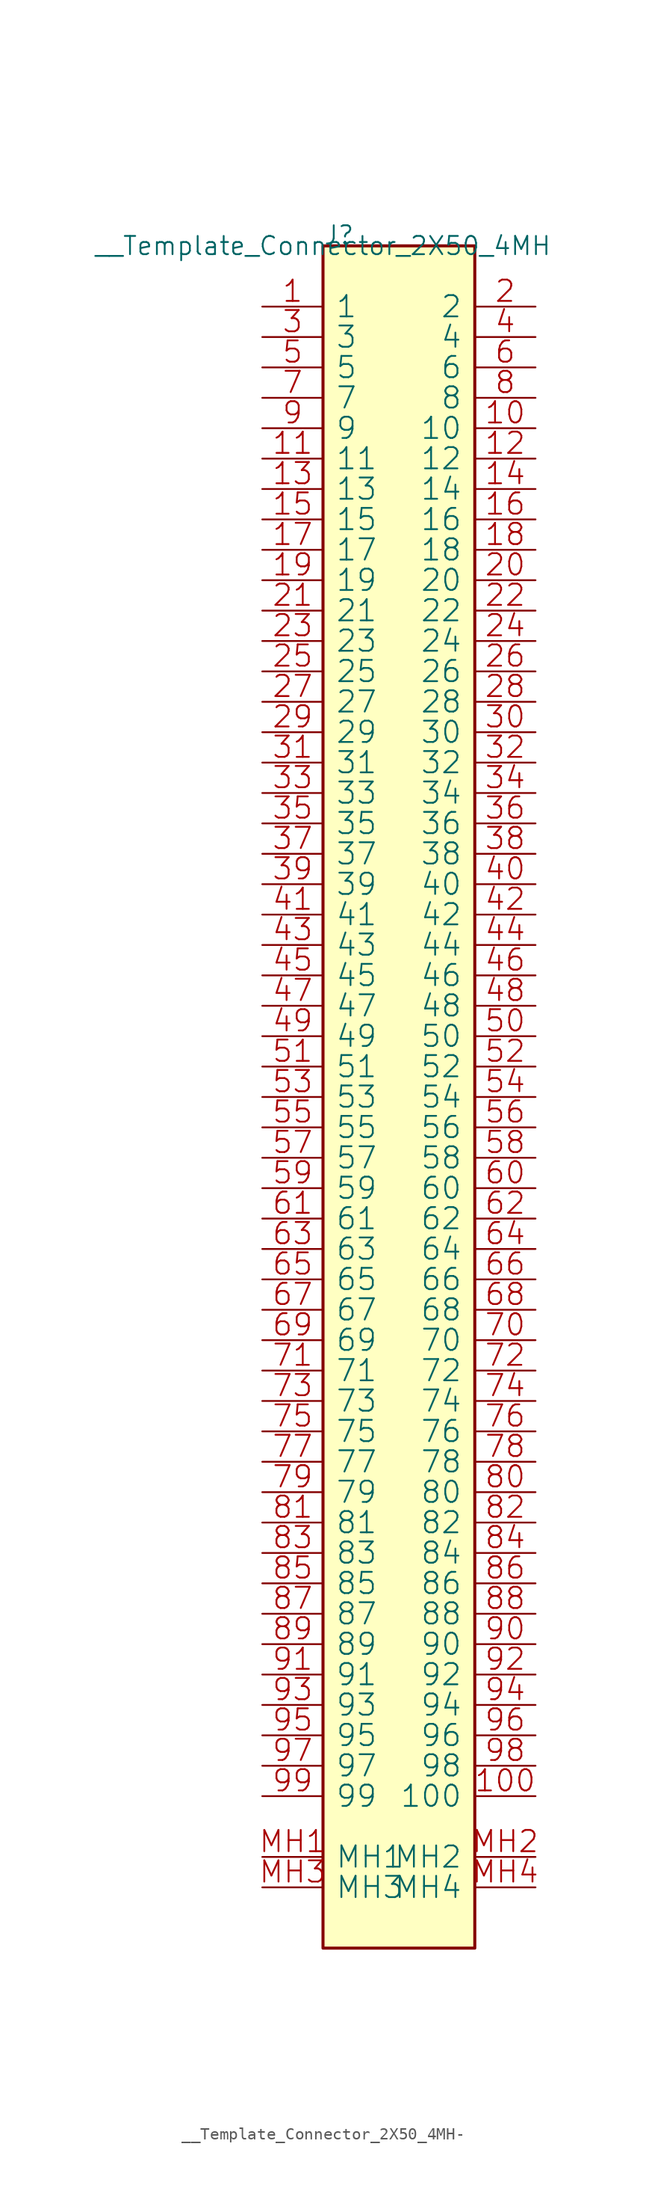
<source format=kicad_sym>
(kicad_symbol_lib
  (version 20220914)
  (generator kicad_symbol_editor)
  (symbol "__Template_Connector_2X50_4MH-"
    (pin_names
      (offset 1.016))
    (property "Reference" "J"
      (at 0 0 0)
      (effects (font (size 1.524 1.524)) (justify left bottom)))
    (property "Value" "__Template_Connector_2X50_4MH"
      (at 0 0 0)
      (effects (font (size 1.524 1.524))))
    (property "Footprint" ""
      (at 0 0 0)
      (effects (font (size 1.524 1.524))))
    (property "Datasheet" ""
      (at 0 0 0)
      (effects (font (size 1.524 1.524))))
    (symbol "__Template_Connector_2X50_4MH-_0_1"
      (rectangle (start 0 -142.24) (end 12.7 0) (stroke (width 0.254) (type solid)) (fill (type background)))
      (pin passive line (at -5.08 -5.08 0) (length 5.08) (name "1" (effects (font (size 1.778 1.778)))) (number "1" (effects (font (size 1.778 1.778)))))
      (pin passive line (at 17.78 -15.24 180) (length 5.08) (name "10" (effects (font (size 1.778 1.778)))) (number "10" (effects (font (size 1.778 1.778)))))
      (pin passive line (at 17.78 -129.54 180) (length 5.08) (name "100" (effects (font (size 1.778 1.778)))) (number "100" (effects (font (size 1.778 1.778)))))
      (pin passive line (at -5.08 -17.78 0) (length 5.08) (name "11" (effects (font (size 1.778 1.778)))) (number "11" (effects (font (size 1.778 1.778)))))
      (pin passive line (at 17.78 -17.78 180) (length 5.08) (name "12" (effects (font (size 1.778 1.778)))) (number "12" (effects (font (size 1.778 1.778)))))
      (pin passive line (at -5.08 -20.32 0) (length 5.08) (name "13" (effects (font (size 1.778 1.778)))) (number "13" (effects (font (size 1.778 1.778)))))
      (pin passive line (at 17.78 -20.32 180) (length 5.08) (name "14" (effects (font (size 1.778 1.778)))) (number "14" (effects (font (size 1.778 1.778)))))
      (pin passive line (at -5.08 -22.86 0) (length 5.08) (name "15" (effects (font (size 1.778 1.778)))) (number "15" (effects (font (size 1.778 1.778)))))
      (pin passive line (at 17.78 -22.86 180) (length 5.08) (name "16" (effects (font (size 1.778 1.778)))) (number "16" (effects (font (size 1.778 1.778)))))
      (pin passive line (at -5.08 -25.4 0) (length 5.08) (name "17" (effects (font (size 1.778 1.778)))) (number "17" (effects (font (size 1.778 1.778)))))
      (pin passive line (at 17.78 -25.4 180) (length 5.08) (name "18" (effects (font (size 1.778 1.778)))) (number "18" (effects (font (size 1.778 1.778)))))
      (pin passive line (at -5.08 -27.94 0) (length 5.08) (name "19" (effects (font (size 1.778 1.778)))) (number "19" (effects (font (size 1.778 1.778)))))
      (pin passive line (at 17.78 -5.08 180) (length 5.08) (name "2" (effects (font (size 1.778 1.778)))) (number "2" (effects (font (size 1.778 1.778)))))
      (pin passive line (at 17.78 -27.94 180) (length 5.08) (name "20" (effects (font (size 1.778 1.778)))) (number "20" (effects (font (size 1.778 1.778)))))
      (pin passive line (at -5.08 -30.48 0) (length 5.08) (name "21" (effects (font (size 1.778 1.778)))) (number "21" (effects (font (size 1.778 1.778)))))
      (pin passive line (at 17.78 -30.48 180) (length 5.08) (name "22" (effects (font (size 1.778 1.778)))) (number "22" (effects (font (size 1.778 1.778)))))
      (pin passive line (at -5.08 -33.02 0) (length 5.08) (name "23" (effects (font (size 1.778 1.778)))) (number "23" (effects (font (size 1.778 1.778)))))
      (pin passive line (at 17.78 -33.02 180) (length 5.08) (name "24" (effects (font (size 1.778 1.778)))) (number "24" (effects (font (size 1.778 1.778)))))
      (pin passive line (at -5.08 -35.56 0) (length 5.08) (name "25" (effects (font (size 1.778 1.778)))) (number "25" (effects (font (size 1.778 1.778)))))
      (pin passive line (at 17.78 -35.56 180) (length 5.08) (name "26" (effects (font (size 1.778 1.778)))) (number "26" (effects (font (size 1.778 1.778)))))
      (pin passive line (at -5.08 -38.1 0) (length 5.08) (name "27" (effects (font (size 1.778 1.778)))) (number "27" (effects (font (size 1.778 1.778)))))
      (pin passive line (at 17.78 -38.1 180) (length 5.08) (name "28" (effects (font (size 1.778 1.778)))) (number "28" (effects (font (size 1.778 1.778)))))
      (pin passive line (at -5.08 -40.64 0) (length 5.08) (name "29" (effects (font (size 1.778 1.778)))) (number "29" (effects (font (size 1.778 1.778)))))
      (pin passive line (at -5.08 -7.62 0) (length 5.08) (name "3" (effects (font (size 1.778 1.778)))) (number "3" (effects (font (size 1.778 1.778)))))
      (pin passive line (at 17.78 -40.64 180) (length 5.08) (name "30" (effects (font (size 1.778 1.778)))) (number "30" (effects (font (size 1.778 1.778)))))
      (pin passive line (at -5.08 -43.18 0) (length 5.08) (name "31" (effects (font (size 1.778 1.778)))) (number "31" (effects (font (size 1.778 1.778)))))
      (pin passive line (at 17.78 -43.18 180) (length 5.08) (name "32" (effects (font (size 1.778 1.778)))) (number "32" (effects (font (size 1.778 1.778)))))
      (pin passive line (at -5.08 -45.72 0) (length 5.08) (name "33" (effects (font (size 1.778 1.778)))) (number "33" (effects (font (size 1.778 1.778)))))
      (pin passive line (at 17.78 -45.72 180) (length 5.08) (name "34" (effects (font (size 1.778 1.778)))) (number "34" (effects (font (size 1.778 1.778)))))
      (pin passive line (at -5.08 -48.26 0) (length 5.08) (name "35" (effects (font (size 1.778 1.778)))) (number "35" (effects (font (size 1.778 1.778)))))
      (pin passive line (at 17.78 -48.26 180) (length 5.08) (name "36" (effects (font (size 1.778 1.778)))) (number "36" (effects (font (size 1.778 1.778)))))
      (pin passive line (at -5.08 -50.8 0) (length 5.08) (name "37" (effects (font (size 1.778 1.778)))) (number "37" (effects (font (size 1.778 1.778)))))
      (pin passive line (at 17.78 -50.8 180) (length 5.08) (name "38" (effects (font (size 1.778 1.778)))) (number "38" (effects (font (size 1.778 1.778)))))
      (pin passive line (at -5.08 -53.34 0) (length 5.08) (name "39" (effects (font (size 1.778 1.778)))) (number "39" (effects (font (size 1.778 1.778)))))
      (pin passive line (at 17.78 -7.62 180) (length 5.08) (name "4" (effects (font (size 1.778 1.778)))) (number "4" (effects (font (size 1.778 1.778)))))
      (pin passive line (at 17.78 -53.34 180) (length 5.08) (name "40" (effects (font (size 1.778 1.778)))) (number "40" (effects (font (size 1.778 1.778)))))
      (pin passive line (at -5.08 -55.88 0) (length 5.08) (name "41" (effects (font (size 1.778 1.778)))) (number "41" (effects (font (size 1.778 1.778)))))
      (pin passive line (at 17.78 -55.88 180) (length 5.08) (name "42" (effects (font (size 1.778 1.778)))) (number "42" (effects (font (size 1.778 1.778)))))
      (pin passive line (at -5.08 -58.42 0) (length 5.08) (name "43" (effects (font (size 1.778 1.778)))) (number "43" (effects (font (size 1.778 1.778)))))
      (pin passive line (at 17.78 -58.42 180) (length 5.08) (name "44" (effects (font (size 1.778 1.778)))) (number "44" (effects (font (size 1.778 1.778)))))
      (pin passive line (at -5.08 -60.96 0) (length 5.08) (name "45" (effects (font (size 1.778 1.778)))) (number "45" (effects (font (size 1.778 1.778)))))
      (pin passive line (at 17.78 -60.96 180) (length 5.08) (name "46" (effects (font (size 1.778 1.778)))) (number "46" (effects (font (size 1.778 1.778)))))
      (pin passive line (at -5.08 -63.5 0) (length 5.08) (name "47" (effects (font (size 1.778 1.778)))) (number "47" (effects (font (size 1.778 1.778)))))
      (pin passive line (at 17.78 -63.5 180) (length 5.08) (name "48" (effects (font (size 1.778 1.778)))) (number "48" (effects (font (size 1.778 1.778)))))
      (pin passive line (at -5.08 -66.04 0) (length 5.08) (name "49" (effects (font (size 1.778 1.778)))) (number "49" (effects (font (size 1.778 1.778)))))
      (pin passive line (at -5.08 -10.16 0) (length 5.08) (name "5" (effects (font (size 1.778 1.778)))) (number "5" (effects (font (size 1.778 1.778)))))
      (pin passive line (at 17.78 -66.04 180) (length 5.08) (name "50" (effects (font (size 1.778 1.778)))) (number "50" (effects (font (size 1.778 1.778)))))
      (pin passive line (at -5.08 -68.58 0) (length 5.08) (name "51" (effects (font (size 1.778 1.778)))) (number "51" (effects (font (size 1.778 1.778)))))
      (pin passive line (at 17.78 -68.58 180) (length 5.08) (name "52" (effects (font (size 1.778 1.778)))) (number "52" (effects (font (size 1.778 1.778)))))
      (pin passive line (at -5.08 -71.12 0) (length 5.08) (name "53" (effects (font (size 1.778 1.778)))) (number "53" (effects (font (size 1.778 1.778)))))
      (pin passive line (at 17.78 -71.12 180) (length 5.08) (name "54" (effects (font (size 1.778 1.778)))) (number "54" (effects (font (size 1.778 1.778)))))
      (pin passive line (at -5.08 -73.66 0) (length 5.08) (name "55" (effects (font (size 1.778 1.778)))) (number "55" (effects (font (size 1.778 1.778)))))
      (pin passive line (at 17.78 -73.66 180) (length 5.08) (name "56" (effects (font (size 1.778 1.778)))) (number "56" (effects (font (size 1.778 1.778)))))
      (pin passive line (at -5.08 -76.2 0) (length 5.08) (name "57" (effects (font (size 1.778 1.778)))) (number "57" (effects (font (size 1.778 1.778)))))
      (pin passive line (at 17.78 -76.2 180) (length 5.08) (name "58" (effects (font (size 1.778 1.778)))) (number "58" (effects (font (size 1.778 1.778)))))
      (pin passive line (at -5.08 -78.74 0) (length 5.08) (name "59" (effects (font (size 1.778 1.778)))) (number "59" (effects (font (size 1.778 1.778)))))
      (pin passive line (at 17.78 -10.16 180) (length 5.08) (name "6" (effects (font (size 1.778 1.778)))) (number "6" (effects (font (size 1.778 1.778)))))
      (pin passive line (at 17.78 -78.74 180) (length 5.08) (name "60" (effects (font (size 1.778 1.778)))) (number "60" (effects (font (size 1.778 1.778)))))
      (pin passive line (at -5.08 -81.28 0) (length 5.08) (name "61" (effects (font (size 1.778 1.778)))) (number "61" (effects (font (size 1.778 1.778)))))
      (pin passive line (at 17.78 -81.28 180) (length 5.08) (name "62" (effects (font (size 1.778 1.778)))) (number "62" (effects (font (size 1.778 1.778)))))
      (pin passive line (at -5.08 -83.82 0) (length 5.08) (name "63" (effects (font (size 1.778 1.778)))) (number "63" (effects (font (size 1.778 1.778)))))
      (pin passive line (at 17.78 -83.82 180) (length 5.08) (name "64" (effects (font (size 1.778 1.778)))) (number "64" (effects (font (size 1.778 1.778)))))
      (pin passive line (at -5.08 -86.36 0) (length 5.08) (name "65" (effects (font (size 1.778 1.778)))) (number "65" (effects (font (size 1.778 1.778)))))
      (pin passive line (at 17.78 -86.36 180) (length 5.08) (name "66" (effects (font (size 1.778 1.778)))) (number "66" (effects (font (size 1.778 1.778)))))
      (pin passive line (at -5.08 -88.9 0) (length 5.08) (name "67" (effects (font (size 1.778 1.778)))) (number "67" (effects (font (size 1.778 1.778)))))
      (pin passive line (at 17.78 -88.9 180) (length 5.08) (name "68" (effects (font (size 1.778 1.778)))) (number "68" (effects (font (size 1.778 1.778)))))
      (pin passive line (at -5.08 -91.44 0) (length 5.08) (name "69" (effects (font (size 1.778 1.778)))) (number "69" (effects (font (size 1.778 1.778)))))
      (pin passive line (at -5.08 -12.7 0) (length 5.08) (name "7" (effects (font (size 1.778 1.778)))) (number "7" (effects (font (size 1.778 1.778)))))
      (pin passive line (at 17.78 -91.44 180) (length 5.08) (name "70" (effects (font (size 1.778 1.778)))) (number "70" (effects (font (size 1.778 1.778)))))
      (pin passive line (at -5.08 -93.98 0) (length 5.08) (name "71" (effects (font (size 1.778 1.778)))) (number "71" (effects (font (size 1.778 1.778)))))
      (pin passive line (at 17.78 -93.98 180) (length 5.08) (name "72" (effects (font (size 1.778 1.778)))) (number "72" (effects (font (size 1.778 1.778)))))
      (pin passive line (at -5.08 -96.52 0) (length 5.08) (name "73" (effects (font (size 1.778 1.778)))) (number "73" (effects (font (size 1.778 1.778)))))
      (pin passive line (at 17.78 -96.52 180) (length 5.08) (name "74" (effects (font (size 1.778 1.778)))) (number "74" (effects (font (size 1.778 1.778)))))
      (pin passive line (at -5.08 -99.06 0) (length 5.08) (name "75" (effects (font (size 1.778 1.778)))) (number "75" (effects (font (size 1.778 1.778)))))
      (pin passive line (at 17.78 -99.06 180) (length 5.08) (name "76" (effects (font (size 1.778 1.778)))) (number "76" (effects (font (size 1.778 1.778)))))
      (pin passive line (at -5.08 -101.6 0) (length 5.08) (name "77" (effects (font (size 1.778 1.778)))) (number "77" (effects (font (size 1.778 1.778)))))
      (pin passive line (at 17.78 -101.6 180) (length 5.08) (name "78" (effects (font (size 1.778 1.778)))) (number "78" (effects (font (size 1.778 1.778)))))
      (pin passive line (at -5.08 -104.14 0) (length 5.08) (name "79" (effects (font (size 1.778 1.778)))) (number "79" (effects (font (size 1.778 1.778)))))
      (pin passive line (at 17.78 -12.7 180) (length 5.08) (name "8" (effects (font (size 1.778 1.778)))) (number "8" (effects (font (size 1.778 1.778)))))
      (pin passive line (at 17.78 -104.14 180) (length 5.08) (name "80" (effects (font (size 1.778 1.778)))) (number "80" (effects (font (size 1.778 1.778)))))
      (pin passive line (at -5.08 -106.68 0) (length 5.08) (name "81" (effects (font (size 1.778 1.778)))) (number "81" (effects (font (size 1.778 1.778)))))
      (pin passive line (at 17.78 -106.68 180) (length 5.08) (name "82" (effects (font (size 1.778 1.778)))) (number "82" (effects (font (size 1.778 1.778)))))
      (pin passive line (at -5.08 -109.22 0) (length 5.08) (name "83" (effects (font (size 1.778 1.778)))) (number "83" (effects (font (size 1.778 1.778)))))
      (pin passive line (at 17.78 -109.22 180) (length 5.08) (name "84" (effects (font (size 1.778 1.778)))) (number "84" (effects (font (size 1.778 1.778)))))
      (pin passive line (at -5.08 -111.76 0) (length 5.08) (name "85" (effects (font (size 1.778 1.778)))) (number "85" (effects (font (size 1.778 1.778)))))
      (pin passive line (at 17.78 -111.76 180) (length 5.08) (name "86" (effects (font (size 1.778 1.778)))) (number "86" (effects (font (size 1.778 1.778)))))
      (pin passive line (at -5.08 -114.3 0) (length 5.08) (name "87" (effects (font (size 1.778 1.778)))) (number "87" (effects (font (size 1.778 1.778)))))
      (pin passive line (at 17.78 -114.3 180) (length 5.08) (name "88" (effects (font (size 1.778 1.778)))) (number "88" (effects (font (size 1.778 1.778)))))
      (pin passive line (at -5.08 -116.84 0) (length 5.08) (name "89" (effects (font (size 1.778 1.778)))) (number "89" (effects (font (size 1.778 1.778)))))
      (pin passive line (at -5.08 -15.24 0) (length 5.08) (name "9" (effects (font (size 1.778 1.778)))) (number "9" (effects (font (size 1.778 1.778)))))
      (pin passive line (at 17.78 -116.84 180) (length 5.08) (name "90" (effects (font (size 1.778 1.778)))) (number "90" (effects (font (size 1.778 1.778)))))
      (pin passive line (at -5.08 -119.38 0) (length 5.08) (name "91" (effects (font (size 1.778 1.778)))) (number "91" (effects (font (size 1.778 1.778)))))
      (pin passive line (at 17.78 -119.38 180) (length 5.08) (name "92" (effects (font (size 1.778 1.778)))) (number "92" (effects (font (size 1.778 1.778)))))
      (pin passive line (at -5.08 -121.92 0) (length 5.08) (name "93" (effects (font (size 1.778 1.778)))) (number "93" (effects (font (size 1.778 1.778)))))
      (pin passive line (at 17.78 -121.92 180) (length 5.08) (name "94" (effects (font (size 1.778 1.778)))) (number "94" (effects (font (size 1.778 1.778)))))
      (pin passive line (at -5.08 -124.46 0) (length 5.08) (name "95" (effects (font (size 1.778 1.778)))) (number "95" (effects (font (size 1.778 1.778)))))
      (pin passive line (at 17.78 -124.46 180) (length 5.08) (name "96" (effects (font (size 1.778 1.778)))) (number "96" (effects (font (size 1.778 1.778)))))
      (pin passive line (at -5.08 -127 0) (length 5.08) (name "97" (effects (font (size 1.778 1.778)))) (number "97" (effects (font (size 1.778 1.778)))))
      (pin passive line (at 17.78 -127 180) (length 5.08) (name "98" (effects (font (size 1.778 1.778)))) (number "98" (effects (font (size 1.778 1.778)))))
      (pin passive line (at -5.08 -129.54 0) (length 5.08) (name "99" (effects (font (size 1.778 1.778)))) (number "99" (effects (font (size 1.778 1.778)))))
      (pin passive line (at -5.08 -134.62 0) (length 5.08) (name "MH1" (effects (font (size 1.778 1.778)))) (number "MH1" (effects (font (size 1.778 1.778)))))
      (pin passive line (at 17.78 -134.62 180) (length 5.08) (name "MH2" (effects (font (size 1.778 1.778)))) (number "MH2" (effects (font (size 1.778 1.778)))))
      (pin passive line (at -5.08 -137.16 0) (length 5.08) (name "MH3" (effects (font (size 1.778 1.778)))) (number "MH3" (effects (font (size 1.778 1.778)))))
      (pin passive line (at 17.78 -137.16 180) (length 5.08) (name "MH4" (effects (font (size 1.778 1.778)))) (number "MH4" (effects (font (size 1.778 1.778))))))))
</source>
